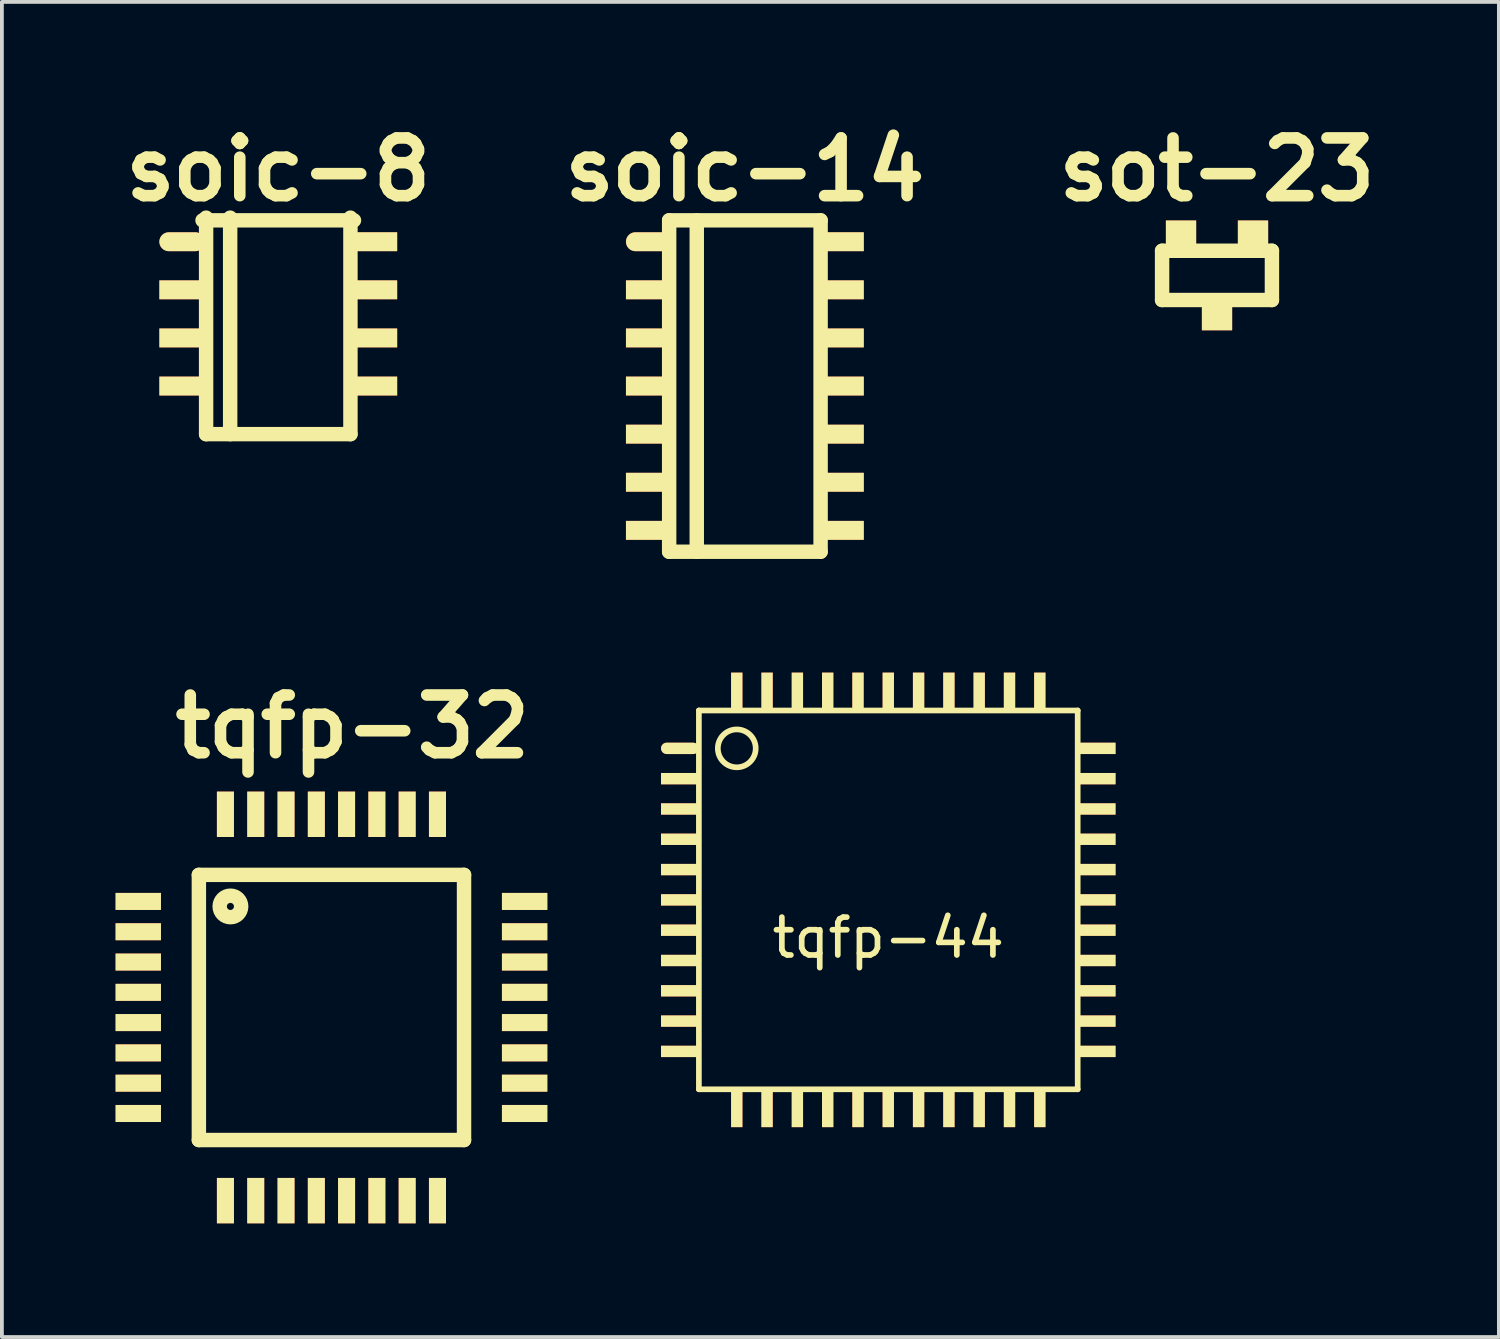
<source format=kicad_pcb>
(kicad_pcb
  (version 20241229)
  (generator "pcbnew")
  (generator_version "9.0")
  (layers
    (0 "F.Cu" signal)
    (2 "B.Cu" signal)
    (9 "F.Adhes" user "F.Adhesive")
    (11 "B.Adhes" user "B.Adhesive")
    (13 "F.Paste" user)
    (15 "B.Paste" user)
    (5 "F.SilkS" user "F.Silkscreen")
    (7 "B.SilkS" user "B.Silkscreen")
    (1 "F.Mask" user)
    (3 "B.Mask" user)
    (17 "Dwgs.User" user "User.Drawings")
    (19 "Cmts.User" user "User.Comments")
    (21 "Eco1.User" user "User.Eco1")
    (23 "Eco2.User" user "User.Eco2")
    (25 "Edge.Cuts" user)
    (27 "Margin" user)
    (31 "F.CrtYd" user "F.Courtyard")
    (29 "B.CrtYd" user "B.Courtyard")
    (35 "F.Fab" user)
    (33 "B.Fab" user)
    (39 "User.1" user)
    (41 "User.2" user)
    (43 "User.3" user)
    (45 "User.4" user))
  (footprint "soic-8"
    (layer "F.Cu")
    (at 1.756 3.331)
    (property "Reference" "soic-8" (at 2.54 -1.905 0) (layer "F.SilkS") (effects (font (size 1.524 1.524) (thickness 0.305))))
    (attr through_hole)
    (fp_line (start 0.635 -0.635) (end 0.635 5.08) (stroke (width 0.381) (type solid)) (layer "F.SilkS"))
    (fp_line (start 0.635 5.08) (end 4.445 5.08) (stroke (width 0.381) (type solid)) (layer "F.SilkS"))
    (fp_line (start 1.27 -0.635) (end 1.27 5.08) (stroke (width 0.381) (type solid)) (layer "F.SilkS"))
    (fp_line (start 4.445 -0.635) (end 4.445 5.08) (stroke (width 0.381) (type solid)) (layer "F.SilkS"))
    (fp_line (start 4.539 -0.564) (end 0.541 -0.564) (stroke (width 0.381) (type solid)) (layer "F.SilkS"))
    (pad "1" smd oval (at 0 0) (size 1.199 0.5) (layers "F.Cu" "F.Mask" "F.SilkS"))
    (pad "2" smd rect (at 0 1.27) (size 1.199 0.5) (layers "F.Cu" "F.Mask" "F.SilkS"))
    (pad "3" smd rect (at 0 2.54) (size 1.199 0.5) (layers "F.Cu" "F.Mask" "F.SilkS"))
    (pad "4" smd rect (at 0 3.81) (size 1.199 0.5) (layers "F.Cu" "F.Mask" "F.SilkS"))
    (pad "5" smd rect (at 5.08 3.81) (size 1.199 0.5) (layers "F.Cu" "F.Mask" "F.SilkS"))
    (pad "6" smd rect (at 5.08 2.54) (size 1.199 0.5) (layers "F.Cu" "F.Mask" "F.SilkS"))
    (pad "7" smd rect (at 5.08 1.27) (size 1.199 0.5) (layers "F.Cu" "F.Mask" "F.SilkS"))
    (pad "8" smd rect (at 5.08 0) (size 1.199 0.5) (layers "F.Cu" "F.Mask" "F.SilkS")))
  (footprint "soic-14"
    (layer "F.Cu")
    (at 14.074 3.331)
    (property "Reference" "soic-14" (at 2.54 -1.905 0) (layer "F.SilkS") (effects (font (size 1.524 1.524) (thickness 0.305))))
    (attr through_hole)
    (fp_line (start 0.541 -0.564) (end 0.541 8.184) (stroke (width 0.381) (type solid)) (layer "F.SilkS"))
    (fp_line (start 0.541 8.184) (end 4.539 8.184) (stroke (width 0.381) (type solid)) (layer "F.SilkS"))
    (fp_line (start 1.27 -0.564) (end 1.27 8.184) (stroke (width 0.381) (type solid)) (layer "F.SilkS"))
    (fp_line (start 4.539 -0.564) (end 0.541 -0.564) (stroke (width 0.381) (type solid)) (layer "F.SilkS"))
    (fp_line (start 4.539 8.184) (end 4.539 -0.564) (stroke (width 0.381) (type solid)) (layer "F.SilkS"))
    (pad "1" smd oval (at 0 0) (size 1.199 0.5) (layers "F.Cu" "F.Mask" "F.SilkS"))
    (pad "2" smd rect (at 0 1.27) (size 1.199 0.5) (layers "F.Cu" "F.Mask" "F.SilkS"))
    (pad "3" smd rect (at 0 2.54) (size 1.199 0.5) (layers "F.Cu" "F.Mask" "F.SilkS"))
    (pad "4" smd rect (at 0 3.81) (size 1.199 0.5) (layers "F.Cu" "F.Mask" "F.SilkS"))
    (pad "5" smd rect (at 0 5.08) (size 1.199 0.5) (layers "F.Cu" "F.Mask" "F.SilkS"))
    (pad "6" smd rect (at 0 6.35) (size 1.199 0.5) (layers "F.Cu" "F.Mask" "F.SilkS"))
    (pad "7" smd rect (at 0 7.62) (size 1.199 0.5) (layers "F.Cu" "F.Mask" "F.SilkS"))
    (pad "8" smd rect (at 5.08 7.62) (size 1.199 0.5) (layers "F.Cu" "F.Mask" "F.SilkS"))
    (pad "9" smd rect (at 5.08 6.35) (size 1.199 0.5) (layers "F.Cu" "F.Mask" "F.SilkS"))
    (pad "10" smd rect (at 5.08 5.08) (size 1.199 0.5) (layers "F.Cu" "F.Mask" "F.SilkS"))
    (pad "11" smd rect (at 5.08 3.81) (size 1.199 0.5) (layers "F.Cu" "F.Mask" "F.SilkS"))
    (pad "12" smd rect (at 5.08 2.54) (size 1.199 0.5) (layers "F.Cu" "F.Mask" "F.SilkS"))
    (pad "13" smd rect (at 5.08 1.27) (size 1.199 0.5) (layers "F.Cu" "F.Mask" "F.SilkS"))
    (pad "14" smd rect (at 5.08 0) (size 1.199 0.5) (layers "F.Cu" "F.Mask" "F.SilkS")))
  (footprint "tqfp-44"
    (layer "F.Cu")
    (at 20.4 20.706)
    (property "Reference" "tqfp-44" (at 0 1 0) (layer "F.SilkS") (effects (font (size 1 1) (thickness 0.15))))
    (attr through_hole)
    (fp_line (start -5 -5) (end 5 -5) (stroke (width 0.15) (type solid)) (layer "F.SilkS"))
    (fp_line (start -5 5) (end -5 -5) (stroke (width 0.15) (type solid)) (layer "F.SilkS"))
    (fp_line (start 5 -5) (end 5 5) (stroke (width 0.15) (type solid)) (layer "F.SilkS"))
    (fp_line (start 5 5) (end -5 5) (stroke (width 0.15) (type solid)) (layer "F.SilkS"))
    (fp_circle (center -4 -4) (end -3.5 -4) (stroke (width 0.15) (type solid)) (fill no) (layer "F.SilkS"))
    (pad "1" smd oval (at -5.5 -4) (size 1 0.3) (layers "F.Cu" "F.Mask" "F.SilkS"))
    (pad "2" smd rect (at -5.5 -3.2) (size 1 0.3) (layers "F.Cu" "F.Mask" "F.SilkS"))
    (pad "3" smd rect (at -5.5 -2.4) (size 1 0.3) (layers "F.Cu" "F.Mask" "F.SilkS"))
    (pad "4" smd rect (at -5.5 -1.6) (size 1 0.3) (layers "F.Cu" "F.Mask" "F.SilkS"))
    (pad "5" smd rect (at -5.5 -0.8) (size 1 0.3) (layers "F.Cu" "F.Mask" "F.SilkS"))
    (pad "6" smd rect (at -5.5 0) (size 1 0.3) (layers "F.Cu" "F.Mask" "F.SilkS"))
    (pad "7" smd rect (at -5.5 0.8) (size 1 0.3) (layers "F.Cu" "F.Mask" "F.SilkS"))
    (pad "8" smd rect (at -5.5 1.6) (size 1 0.3) (layers "F.Cu" "F.Mask" "F.SilkS"))
    (pad "9" smd rect (at -5.5 2.4) (size 1 0.3) (layers "F.Cu" "F.Mask" "F.SilkS"))
    (pad "10" smd rect (at -5.5 3.2) (size 1 0.3) (layers "F.Cu" "F.Mask" "F.SilkS"))
    (pad "11" smd rect (at -5.5 4) (size 1 0.3) (layers "F.Cu" "F.Mask" "F.SilkS"))
    (pad "12" smd rect (at -4 5.5) (size 0.3 1) (layers "F.Cu" "F.Mask" "F.SilkS"))
    (pad "13" smd rect (at -3.2 5.5) (size 0.3 1) (layers "F.Cu" "F.Mask" "F.SilkS"))
    (pad "14" smd rect (at -2.4 5.5) (size 0.3 1) (layers "F.Cu" "F.Mask" "F.SilkS"))
    (pad "15" smd rect (at -1.6 5.5) (size 0.3 1) (layers "F.Cu" "F.Mask" "F.SilkS"))
    (pad "16" smd rect (at -0.8 5.5) (size 0.3 1) (layers "F.Cu" "F.Mask" "F.SilkS"))
    (pad "17" smd rect (at 0 5.5) (size 0.3 1) (layers "F.Cu" "F.Mask" "F.SilkS"))
    (pad "18" smd rect (at 0.8 5.5) (size 0.3 1) (layers "F.Cu" "F.Mask" "F.SilkS"))
    (pad "19" smd rect (at 1.6 5.5) (size 0.3 1) (layers "F.Cu" "F.Mask" "F.SilkS"))
    (pad "20" smd rect (at 2.4 5.5) (size 0.3 1) (layers "F.Cu" "F.Mask" "F.SilkS"))
    (pad "21" smd rect (at 3.2 5.5) (size 0.3 1) (layers "F.Cu" "F.Mask" "F.SilkS"))
    (pad "22" smd rect (at 4 5.5) (size 0.3 1) (layers "F.Cu" "F.Mask" "F.SilkS"))
    (pad "23" smd rect (at 5.5 4) (size 1 0.3) (layers "F.Cu" "F.Mask" "F.SilkS"))
    (pad "24" smd rect (at 5.5 3.2) (size 1 0.3) (layers "F.Cu" "F.Mask" "F.SilkS"))
    (pad "25" smd rect (at 5.5 2.4) (size 1 0.3) (layers "F.Cu" "F.Mask" "F.SilkS"))
    (pad "26" smd rect (at 5.5 1.6) (size 1 0.3) (layers "F.Cu" "F.Mask" "F.SilkS"))
    (pad "27" smd rect (at 5.5 0.8) (size 1 0.3) (layers "F.Cu" "F.Mask" "F.SilkS"))
    (pad "28" smd rect (at 5.5 0) (size 1 0.3) (layers "F.Cu" "F.Mask" "F.SilkS"))
    (pad "29" smd rect (at 5.5 -0.8) (size 1 0.3) (layers "F.Cu" "F.Mask" "F.SilkS"))
    (pad "30" smd rect (at 5.5 -1.6) (size 1 0.3) (layers "F.Cu" "F.Mask" "F.SilkS"))
    (pad "31" smd rect (at 5.5 -2.4) (size 1 0.3) (layers "F.Cu" "F.Mask" "F.SilkS"))
    (pad "32" smd rect (at 5.5 -3.2) (size 1 0.3) (layers "F.Cu" "F.Mask" "F.SilkS"))
    (pad "33" smd rect (at 5.5 -4) (size 1 0.3) (layers "F.Cu" "F.Mask" "F.SilkS"))
    (pad "34" smd rect (at 4 -5.5) (size 0.3 1) (layers "F.Cu" "F.Mask" "F.SilkS"))
    (pad "35" smd rect (at 3.2 -5.5) (size 0.3 1) (layers "F.Cu" "F.Mask" "F.SilkS"))
    (pad "36" smd rect (at 2.4 -5.5) (size 0.3 1) (layers "F.Cu" "F.Mask" "F.SilkS"))
    (pad "37" smd rect (at 1.6 -5.5) (size 0.3 1) (layers "F.Cu" "F.Mask" "F.SilkS"))
    (pad "38" smd rect (at 0.8 -5.5) (size 0.3 1) (layers "F.Cu" "F.Mask" "F.SilkS"))
    (pad "39" smd rect (at 0 -5.5) (size 0.3 1) (layers "F.Cu" "F.Mask" "F.SilkS"))
    (pad "40" smd rect (at -0.8 -5.5) (size 0.3 1) (layers "F.Cu" "F.Mask" "F.SilkS"))
    (pad "41" smd rect (at -1.6 -5.5) (size 0.3 1) (layers "F.Cu" "F.Mask" "F.SilkS"))
    (pad "42" smd rect (at -2.4 -5.5) (size 0.3 1) (layers "F.Cu" "F.Mask" "F.SilkS"))
    (pad "43" smd rect (at -3.2 -5.5) (size 0.3 1) (layers "F.Cu" "F.Mask" "F.SilkS"))
    (pad "44" smd rect (at -4 -5.5) (size 0.3 1) (layers "F.Cu" "F.Mask" "F.SilkS")))
  (footprint "tqfp-32"
    (layer "F.Cu")
    (at 5.62 23.752)
    (property "Reference" "tqfp-32" (at 0.635 -7.62 0) (layer "F.SilkS") (effects (font (size 1.524 1.524) (thickness 0.305))))
    (attr through_hole)
    (fp_line (start -3.42 -3.706) (end 3.58 -3.706) (stroke (width 0.381) (type solid)) (layer "F.SilkS"))
    (fp_line (start -3.42 3.294) (end -3.42 -3.706) (stroke (width 0.381) (type solid)) (layer "F.SilkS"))
    (fp_line (start 3.58 -3.706) (end 3.58 3.294) (stroke (width 0.381) (type solid)) (layer "F.SilkS"))
    (fp_line (start 3.58 3.294) (end -3.42 3.294) (stroke (width 0.381) (type solid)) (layer "F.SilkS"))
    (fp_circle (center -2.587 -2.873) (end -2.841 -3) (stroke (width 0.381) (type solid)) (fill no) (layer "F.SilkS"))
    (pad "1" smd rect (at -5.02 -3.005) (size 1.199 0.45) (layers "F.Cu" "F.Mask" "F.SilkS"))
    (pad "2" smd rect (at -5.02 -2.205) (size 1.199 0.45) (layers "F.Cu" "F.Mask" "F.SilkS"))
    (pad "3" smd rect (at -5.02 -1.405) (size 1.199 0.45) (layers "F.Cu" "F.Mask" "F.SilkS"))
    (pad "4" smd rect (at -5.02 -0.605) (size 1.199 0.45) (layers "F.Cu" "F.Mask" "F.SilkS"))
    (pad "5" smd rect (at -5.02 0.193) (size 1.199 0.45) (layers "F.Cu" "F.Mask" "F.SilkS"))
    (pad "6" smd rect (at -5.02 0.993) (size 1.199 0.45) (layers "F.Cu" "F.Mask" "F.SilkS"))
    (pad "7" smd rect (at -5.02 1.793) (size 1.199 0.45) (layers "F.Cu" "F.Mask" "F.SilkS"))
    (pad "8" smd rect (at -5.02 2.593) (size 1.199 0.45) (layers "F.Cu" "F.Mask" "F.SilkS"))
    (pad "9" smd rect (at -2.719 4.894) (size 0.45 1.199) (layers "F.Cu" "F.Mask" "F.SilkS"))
    (pad "10" smd rect (at -1.919 4.894) (size 0.45 1.199) (layers "F.Cu" "F.Mask" "F.SilkS"))
    (pad "11" smd rect (at -1.119 4.894) (size 0.45 1.199) (layers "F.Cu" "F.Mask" "F.SilkS"))
    (pad "12" smd rect (at -0.319 4.894) (size 0.45 1.199) (layers "F.Cu" "F.Mask" "F.SilkS"))
    (pad "13" smd rect (at 0.479 4.894) (size 0.45 1.199) (layers "F.Cu" "F.Mask" "F.SilkS"))
    (pad "14" smd rect (at 1.279 4.894) (size 0.45 1.199) (layers "F.Cu" "F.Mask" "F.SilkS"))
    (pad "15" smd rect (at 2.079 4.894) (size 0.45 1.199) (layers "F.Cu" "F.Mask" "F.SilkS"))
    (pad "16" smd rect (at 2.879 4.894) (size 0.45 1.199) (layers "F.Cu" "F.Mask" "F.SilkS"))
    (pad "17" smd rect (at 5.18 2.593) (size 1.199 0.45) (layers "F.Cu" "F.Mask" "F.SilkS"))
    (pad "18" smd rect (at 5.18 1.793) (size 1.199 0.45) (layers "F.Cu" "F.Mask" "F.SilkS"))
    (pad "19" smd rect (at 5.18 0.993) (size 1.199 0.45) (layers "F.Cu" "F.Mask" "F.SilkS"))
    (pad "20" smd rect (at 5.18 0.193) (size 1.199 0.45) (layers "F.Cu" "F.Mask" "F.SilkS"))
    (pad "21" smd rect (at 5.18 -0.605) (size 1.199 0.45) (layers "F.Cu" "F.Mask" "F.SilkS"))
    (pad "22" smd rect (at 5.18 -1.405) (size 1.199 0.45) (layers "F.Cu" "F.Mask" "F.SilkS"))
    (pad "23" smd rect (at 5.18 -2.205) (size 1.199 0.45) (layers "F.Cu" "F.Mask" "F.SilkS"))
    (pad "24" smd rect (at 5.18 -3.005) (size 1.199 0.45) (layers "F.Cu" "F.Mask" "F.SilkS"))
    (pad "25" smd rect (at 2.879 -5.306) (size 0.45 1.199) (layers "F.Cu" "F.Mask" "F.SilkS"))
    (pad "26" smd rect (at 2.079 -5.306) (size 0.45 1.199) (layers "F.Cu" "F.Mask" "F.SilkS"))
    (pad "27" smd rect (at 1.279 -5.306) (size 0.45 1.199) (layers "F.Cu" "F.Mask" "F.SilkS"))
    (pad "28" smd rect (at 0.479 -5.306) (size 0.45 1.199) (layers "F.Cu" "F.Mask" "F.SilkS"))
    (pad "29" smd rect (at -0.319 -5.306) (size 0.45 1.199) (layers "F.Cu" "F.Mask" "F.SilkS"))
    (pad "30" smd rect (at -1.119 -5.306) (size 0.45 1.199) (layers "F.Cu" "F.Mask" "F.SilkS"))
    (pad "31" smd rect (at -1.919 -5.306) (size 0.45 1.199) (layers "F.Cu" "F.Mask" "F.SilkS"))
    (pad "32" smd rect (at -2.719 -5.306) (size 0.45 1.199) (layers "F.Cu" "F.Mask" "F.SilkS")))
  (footprint "sot-23"
    (layer "F.Cu")
    (at 29.078 4.22)
    (property "Reference" "sot-23" (at 0 -2.794 0) (layer "F.SilkS") (effects (font (size 1.524 1.524) (thickness 0.305))))
    (attr through_hole)
    (fp_line (start -1.45 -0.65) (end -1.45 0.65) (stroke (width 0.381) (type solid)) (layer "F.SilkS"))
    (fp_line (start -1.45 0.65) (end 1.45 0.65) (stroke (width 0.381) (type solid)) (layer "F.SilkS"))
    (fp_line (start 1.45 -0.65) (end -1.45 -0.65) (stroke (width 0.381) (type solid)) (layer "F.SilkS"))
    (fp_line (start 1.45 0.65) (end 1.45 -0.65) (stroke (width 0.381) (type solid)) (layer "F.SilkS"))
    (pad "1" smd rect (at 0.95 -1.001) (size 0.8 0.899) (layers "F.Cu" "F.Mask" "F.SilkS"))
    (pad "2" smd rect (at -0.95 -1.001) (size 0.8 0.899) (layers "F.Cu" "F.Mask" "F.SilkS"))
    (pad "3" smd rect (at 0 1.001) (size 0.8 0.899) (layers "F.Cu" "F.Mask" "F.SilkS")))
  (gr_rect
    (start -3 -3)
    (end 36.519 32.246)
    (stroke (width 0.1) (type default))
    (fill no)
    (layer "Edge.Cuts")))
</source>
